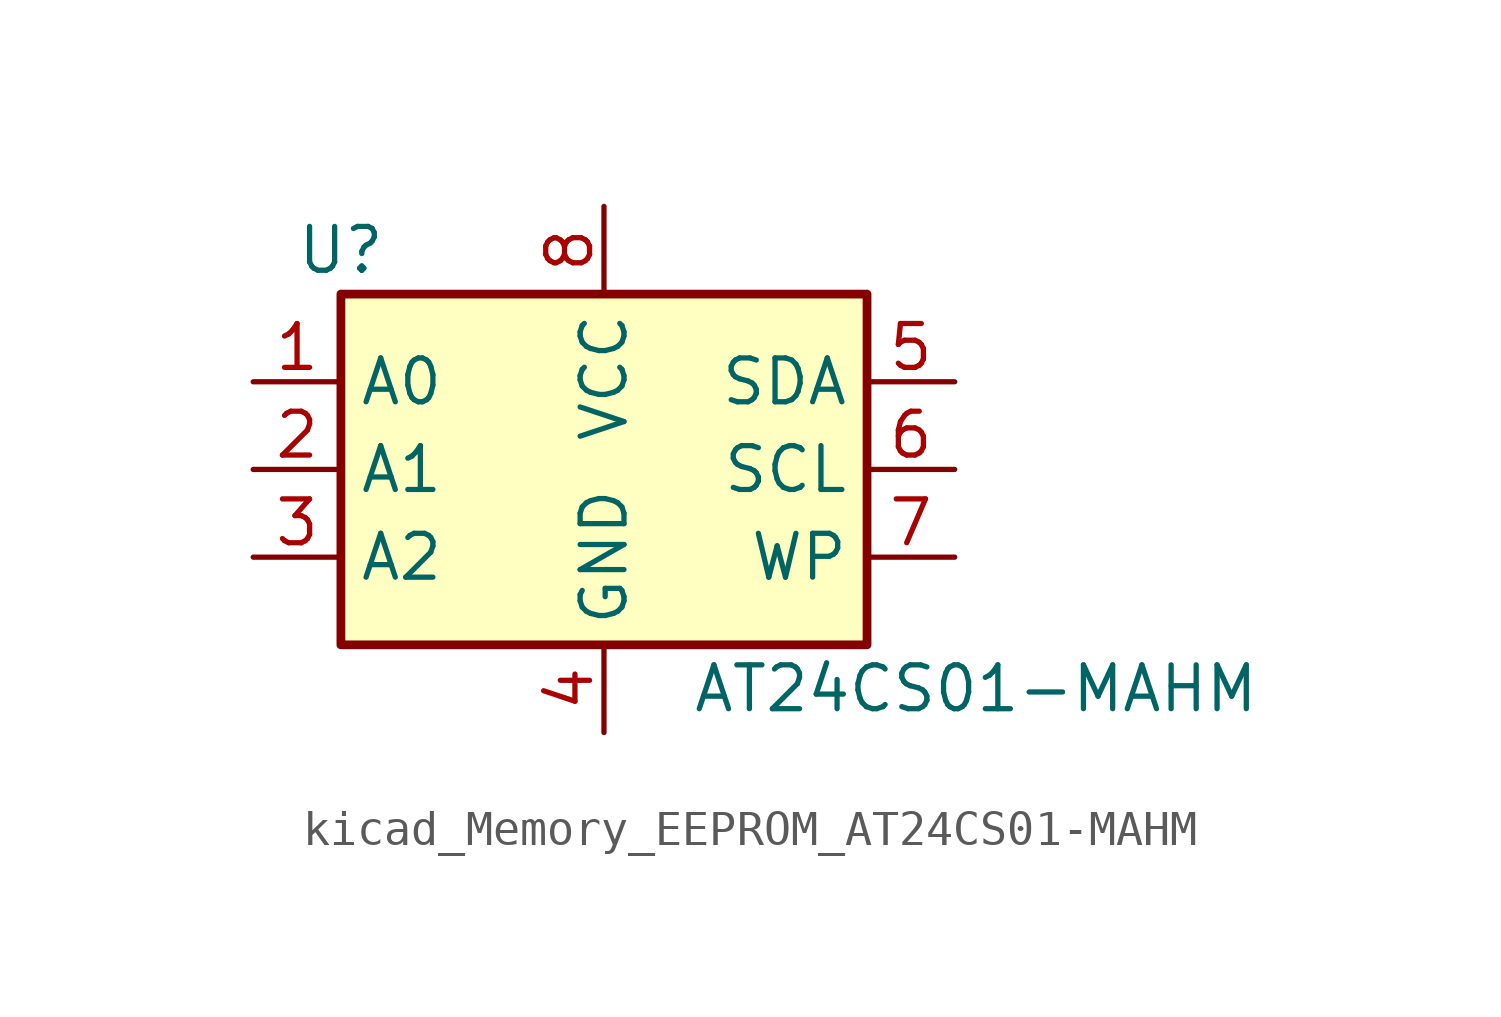
<source format=kicad_sym>
(kicad_symbol_lib
  (version 20220914)
  (generator kicad_symbol_editor)
  (symbol "kicad_Memory_EEPROM_AT24CS01-MAHM"
    (property "Reference" "U"
      (at -7.62 6.35 0)
      (effects (font (size 1.27 1.27))))
    (property "Value" "AT24CS01-MAHM"
      (at 2.54 -6.35 0)
      (effects (font (size 1.27 1.27)) (justify left)))
    (symbol "kicad_Memory_EEPROM_AT24CS01-MAHM_1_1"
      (rectangle (start -7.62 5.08) (end 7.62 -5.08) (stroke (width 0.254) (type default)) (fill (type background)))
      (pin input line (at -10.16 2.54 0) (length 2.54) (name "A0" (effects (font (size 1.27 1.27)))) (number "1" (effects (font (size 1.27 1.27)))))
      (pin input line (at -10.16 0 0) (length 2.54) (name "A1" (effects (font (size 1.27 1.27)))) (number "2" (effects (font (size 1.27 1.27)))))
      (pin input line (at -10.16 -2.54 0) (length 2.54) (name "A2" (effects (font (size 1.27 1.27)))) (number "3" (effects (font (size 1.27 1.27)))))
      (pin power_in line (at 0 -7.62 90) (length 2.54) (name "GND" (effects (font (size 1.27 1.27)))) (number "4" (effects (font (size 1.27 1.27)))))
      (pin bidirectional line (at 10.16 2.54 180) (length 2.54) (name "SDA" (effects (font (size 1.27 1.27)))) (number "5" (effects (font (size 1.27 1.27)))))
      (pin input line (at 10.16 0 180) (length 2.54) (name "SCL" (effects (font (size 1.27 1.27)))) (number "6" (effects (font (size 1.27 1.27)))))
      (pin input line (at 10.16 -2.54 180) (length 2.54) (name "WP" (effects (font (size 1.27 1.27)))) (number "7" (effects (font (size 1.27 1.27)))))
      (pin power_in line (at 0 7.62 270) (length 2.54) (name "VCC" (effects (font (size 1.27 1.27)))) (number "8" (effects (font (size 1.27 1.27))))))))
</source>
